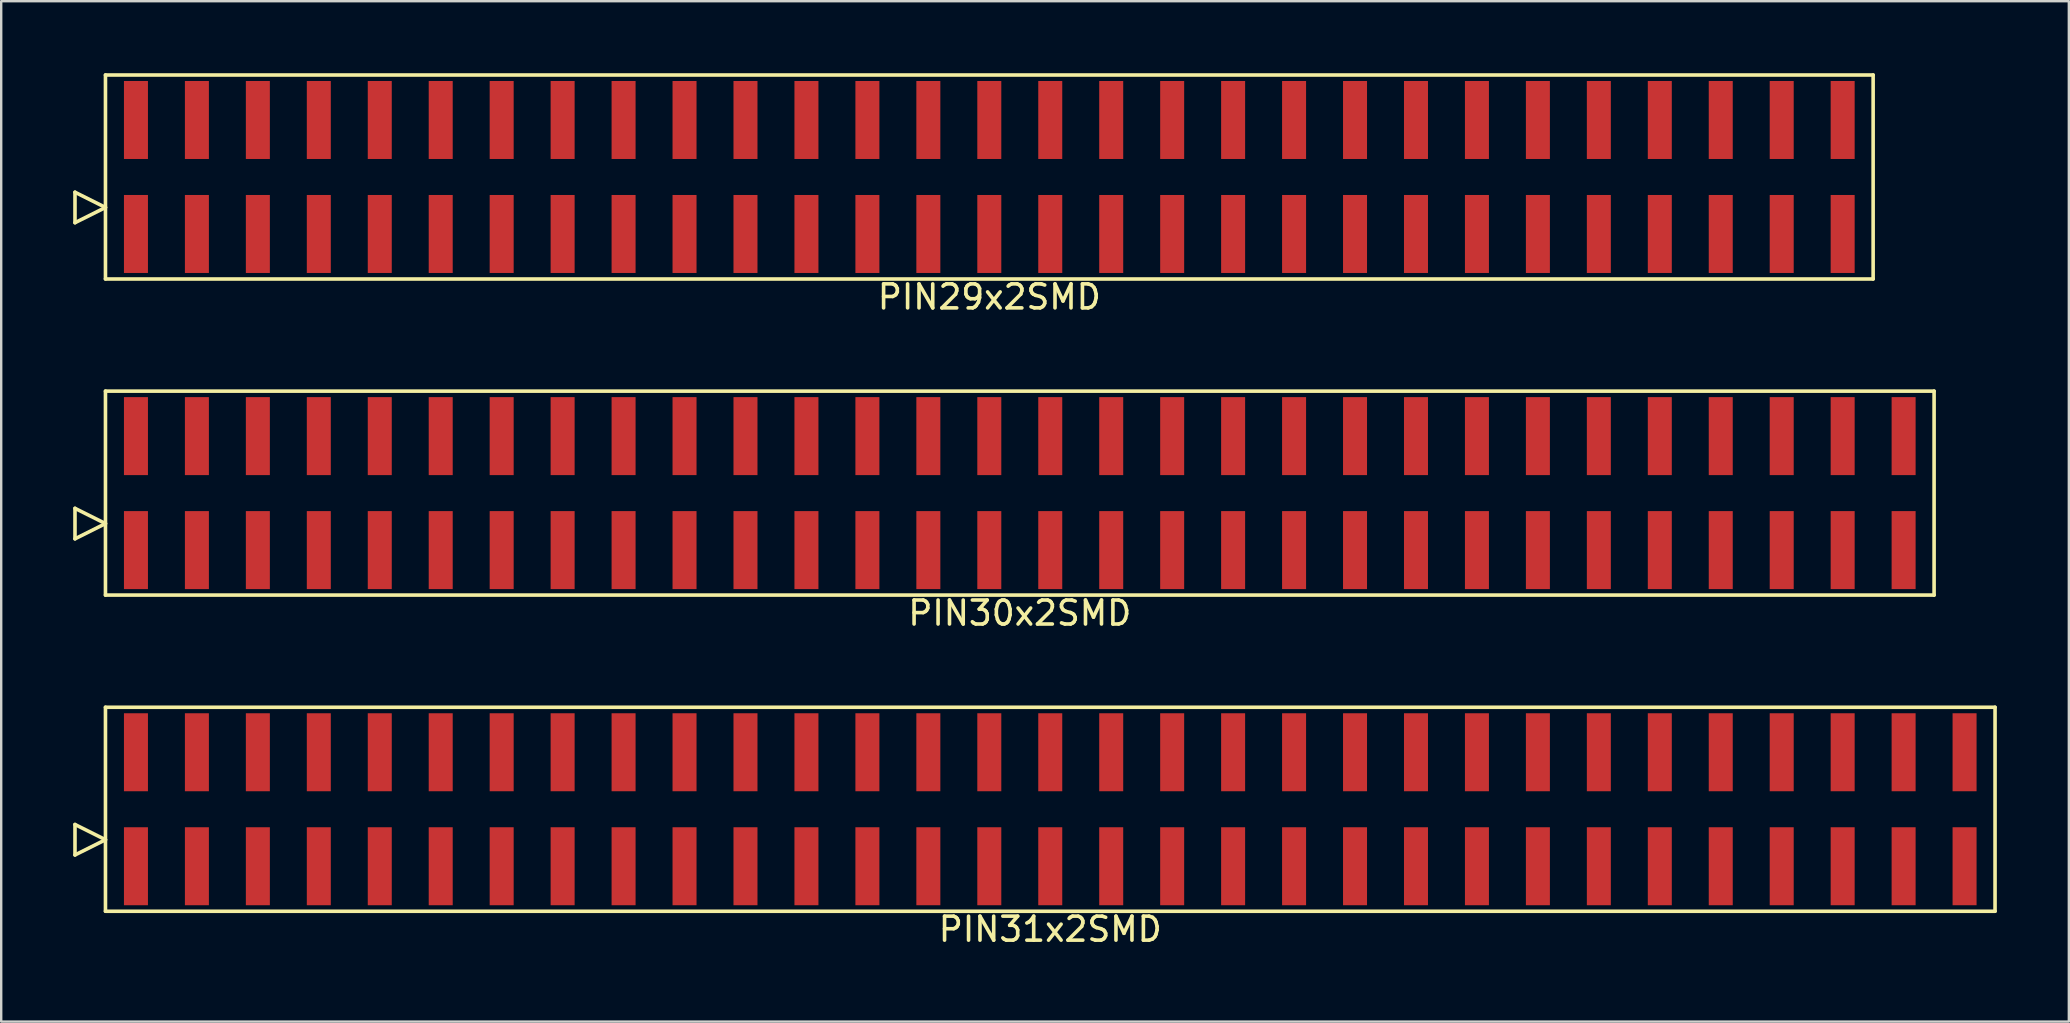
<source format=kicad_pcb>
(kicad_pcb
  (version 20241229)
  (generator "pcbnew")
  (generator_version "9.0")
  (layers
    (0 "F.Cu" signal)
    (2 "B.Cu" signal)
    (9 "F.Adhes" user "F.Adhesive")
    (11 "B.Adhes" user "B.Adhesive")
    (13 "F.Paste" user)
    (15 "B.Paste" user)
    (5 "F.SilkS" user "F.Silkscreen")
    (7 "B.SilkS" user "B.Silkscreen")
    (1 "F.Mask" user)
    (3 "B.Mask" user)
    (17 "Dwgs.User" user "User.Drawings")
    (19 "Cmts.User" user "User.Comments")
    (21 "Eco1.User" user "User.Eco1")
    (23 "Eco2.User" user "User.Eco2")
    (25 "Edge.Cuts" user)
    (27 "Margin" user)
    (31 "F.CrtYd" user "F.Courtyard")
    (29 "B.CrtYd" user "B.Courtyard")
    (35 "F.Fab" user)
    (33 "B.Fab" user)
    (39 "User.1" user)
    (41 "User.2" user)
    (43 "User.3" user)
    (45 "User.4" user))
  (footprint "PIN29x2SMD"
    (layer "F.Cu")
    (at 38.175 4.325)
    (property "Reference" "PIN29x2SMD" (at 0 5 0) (layer "F.SilkS") (effects (font (size 1 1) (thickness 0.15))))
    (attr through_hole)
    (fp_line (start -38.1 1.905) (end -38.1 0.635) (stroke (width 0.15) (type solid)) (layer "F.SilkS"))
    (fp_line (start -36.83 -4.25) (end -36.83 4.25) (stroke (width 0.15) (type solid)) (layer "F.SilkS"))
    (fp_line (start -36.83 1.27) (end -38.1 0.635) (stroke (width 0.15) (type solid)) (layer "F.SilkS"))
    (fp_line (start -36.83 1.27) (end -38.1 1.905) (stroke (width 0.15) (type solid)) (layer "F.SilkS"))
    (fp_line (start -36.83 4.25) (end 36.83 4.25) (stroke (width 0.15) (type solid)) (layer "F.SilkS"))
    (fp_line (start 36.83 -4.25) (end -36.83 -4.25) (stroke (width 0.15) (type solid)) (layer "F.SilkS"))
    (fp_line (start 36.83 4.25) (end 36.83 -4.25) (stroke (width 0.15) (type solid)) (layer "F.SilkS"))
    (pad "1" smd rect (at -35.56 2.375) (size 1 3.25) (layers "F.Cu" "F.Mask" "F.Paste"))
    (pad "2" smd rect (at -35.56 -2.375) (size 1 3.25) (layers "F.Cu" "F.Mask" "F.Paste"))
    (pad "3" smd rect (at -33.02 2.375) (size 1 3.25) (layers "F.Cu" "F.Mask" "F.Paste"))
    (pad "4" smd rect (at -33.02 -2.375) (size 1 3.25) (layers "F.Cu" "F.Mask" "F.Paste"))
    (pad "5" smd rect (at -30.48 2.375) (size 1 3.25) (layers "F.Cu" "F.Mask" "F.Paste"))
    (pad "6" smd rect (at -30.48 -2.375) (size 1 3.25) (layers "F.Cu" "F.Mask" "F.Paste"))
    (pad "7" smd rect (at -27.94 2.375) (size 1 3.25) (layers "F.Cu" "F.Mask" "F.Paste"))
    (pad "8" smd rect (at -27.94 -2.375) (size 1 3.25) (layers "F.Cu" "F.Mask" "F.Paste"))
    (pad "9" smd rect (at -25.4 2.375) (size 1 3.25) (layers "F.Cu" "F.Mask" "F.Paste"))
    (pad "10" smd rect (at -25.4 -2.375) (size 1 3.25) (layers "F.Cu" "F.Mask" "F.Paste"))
    (pad "11" smd rect (at -22.86 2.375) (size 1 3.25) (layers "F.Cu" "F.Mask" "F.Paste"))
    (pad "12" smd rect (at -22.86 -2.375) (size 1 3.25) (layers "F.Cu" "F.Mask" "F.Paste"))
    (pad "13" smd rect (at -20.32 2.375) (size 1 3.25) (layers "F.Cu" "F.Mask" "F.Paste"))
    (pad "14" smd rect (at -20.32 -2.375) (size 1 3.25) (layers "F.Cu" "F.Mask" "F.Paste"))
    (pad "15" smd rect (at -17.78 2.375) (size 1 3.25) (layers "F.Cu" "F.Mask" "F.Paste"))
    (pad "16" smd rect (at -17.78 -2.375) (size 1 3.25) (layers "F.Cu" "F.Mask" "F.Paste"))
    (pad "17" smd rect (at -15.24 2.375) (size 1 3.25) (layers "F.Cu" "F.Mask" "F.Paste"))
    (pad "18" smd rect (at -15.24 -2.375) (size 1 3.25) (layers "F.Cu" "F.Mask" "F.Paste"))
    (pad "19" smd rect (at -12.7 2.375) (size 1 3.25) (layers "F.Cu" "F.Mask" "F.Paste"))
    (pad "20" smd rect (at -12.7 -2.375) (size 1 3.25) (layers "F.Cu" "F.Mask" "F.Paste"))
    (pad "21" smd rect (at -10.16 2.375) (size 1 3.25) (layers "F.Cu" "F.Mask" "F.Paste"))
    (pad "22" smd rect (at -10.16 -2.375) (size 1 3.25) (layers "F.Cu" "F.Mask" "F.Paste"))
    (pad "23" smd rect (at -7.62 2.375) (size 1 3.25) (layers "F.Cu" "F.Mask" "F.Paste"))
    (pad "24" smd rect (at -7.62 -2.375) (size 1 3.25) (layers "F.Cu" "F.Mask" "F.Paste"))
    (pad "25" smd rect (at -5.08 2.375) (size 1 3.25) (layers "F.Cu" "F.Mask" "F.Paste"))
    (pad "26" smd rect (at -5.08 -2.375) (size 1 3.25) (layers "F.Cu" "F.Mask" "F.Paste"))
    (pad "27" smd rect (at -2.54 2.375) (size 1 3.25) (layers "F.Cu" "F.Mask" "F.Paste"))
    (pad "28" smd rect (at -2.54 -2.375) (size 1 3.25) (layers "F.Cu" "F.Mask" "F.Paste"))
    (pad "29" smd rect (at 0 2.375) (size 1 3.25) (layers "F.Cu" "F.Mask" "F.Paste"))
    (pad "30" smd rect (at 0 -2.375) (size 1 3.25) (layers "F.Cu" "F.Mask" "F.Paste"))
    (pad "31" smd rect (at 2.54 2.375) (size 1 3.25) (layers "F.Cu" "F.Mask" "F.Paste"))
    (pad "32" smd rect (at 2.54 -2.375) (size 1 3.25) (layers "F.Cu" "F.Mask" "F.Paste"))
    (pad "33" smd rect (at 5.08 2.375) (size 1 3.25) (layers "F.Cu" "F.Mask" "F.Paste"))
    (pad "34" smd rect (at 5.08 -2.375) (size 1 3.25) (layers "F.Cu" "F.Mask" "F.Paste"))
    (pad "35" smd rect (at 7.62 2.375) (size 1 3.25) (layers "F.Cu" "F.Mask" "F.Paste"))
    (pad "36" smd rect (at 7.62 -2.375) (size 1 3.25) (layers "F.Cu" "F.Mask" "F.Paste"))
    (pad "37" smd rect (at 10.16 2.375) (size 1 3.25) (layers "F.Cu" "F.Mask" "F.Paste"))
    (pad "38" smd rect (at 10.16 -2.375) (size 1 3.25) (layers "F.Cu" "F.Mask" "F.Paste"))
    (pad "39" smd rect (at 12.7 2.375) (size 1 3.25) (layers "F.Cu" "F.Mask" "F.Paste"))
    (pad "40" smd rect (at 12.7 -2.375) (size 1 3.25) (layers "F.Cu" "F.Mask" "F.Paste"))
    (pad "41" smd rect (at 15.24 2.375) (size 1 3.25) (layers "F.Cu" "F.Mask" "F.Paste"))
    (pad "42" smd rect (at 15.24 -2.375) (size 1 3.25) (layers "F.Cu" "F.Mask" "F.Paste"))
    (pad "43" smd rect (at 17.78 2.375) (size 1 3.25) (layers "F.Cu" "F.Mask" "F.Paste"))
    (pad "44" smd rect (at 17.78 -2.375) (size 1 3.25) (layers "F.Cu" "F.Mask" "F.Paste"))
    (pad "45" smd rect (at 20.32 2.375) (size 1 3.25) (layers "F.Cu" "F.Mask" "F.Paste"))
    (pad "46" smd rect (at 20.32 -2.375) (size 1 3.25) (layers "F.Cu" "F.Mask" "F.Paste"))
    (pad "47" smd rect (at 22.86 2.375) (size 1 3.25) (layers "F.Cu" "F.Mask" "F.Paste"))
    (pad "48" smd rect (at 22.86 -2.375) (size 1 3.25) (layers "F.Cu" "F.Mask" "F.Paste"))
    (pad "49" smd rect (at 25.4 2.375) (size 1 3.25) (layers "F.Cu" "F.Mask" "F.Paste"))
    (pad "50" smd rect (at 25.4 -2.375) (size 1 3.25) (layers "F.Cu" "F.Mask" "F.Paste"))
    (pad "51" smd rect (at 27.94 2.375) (size 1 3.25) (layers "F.Cu" "F.Mask" "F.Paste"))
    (pad "52" smd rect (at 27.94 -2.375) (size 1 3.25) (layers "F.Cu" "F.Mask" "F.Paste"))
    (pad "53" smd rect (at 30.48 2.375) (size 1 3.25) (layers "F.Cu" "F.Mask" "F.Paste"))
    (pad "54" smd rect (at 30.48 -2.375) (size 1 3.25) (layers "F.Cu" "F.Mask" "F.Paste"))
    (pad "55" smd rect (at 33.02 2.375) (size 1 3.25) (layers "F.Cu" "F.Mask" "F.Paste"))
    (pad "56" smd rect (at 33.02 -2.375) (size 1 3.25) (layers "F.Cu" "F.Mask" "F.Paste"))
    (pad "57" smd rect (at 35.56 2.375) (size 1 3.25) (layers "F.Cu" "F.Mask" "F.Paste"))
    (pad "58" smd rect (at 35.56 -2.375) (size 1 3.25) (layers "F.Cu" "F.Mask" "F.Paste")))
  (footprint "PIN31x2SMD"
    (layer "F.Cu")
    (at 40.715 30.672)
    (property "Reference" "PIN31x2SMD" (at 0 5 0) (layer "F.SilkS") (effects (font (size 1 1) (thickness 0.15))))
    (attr through_hole)
    (fp_line (start -40.64 1.905) (end -40.64 0.635) (stroke (width 0.15) (type solid)) (layer "F.SilkS"))
    (fp_line (start -39.37 -4.25) (end -39.37 4.25) (stroke (width 0.15) (type solid)) (layer "F.SilkS"))
    (fp_line (start -39.37 1.27) (end -40.64 0.635) (stroke (width 0.15) (type solid)) (layer "F.SilkS"))
    (fp_line (start -39.37 1.27) (end -40.64 1.905) (stroke (width 0.15) (type solid)) (layer "F.SilkS"))
    (fp_line (start -39.37 4.25) (end 39.37 4.25) (stroke (width 0.15) (type solid)) (layer "F.SilkS"))
    (fp_line (start 39.37 -4.25) (end -39.37 -4.25) (stroke (width 0.15) (type solid)) (layer "F.SilkS"))
    (fp_line (start 39.37 4.25) (end 39.37 -4.25) (stroke (width 0.15) (type solid)) (layer "F.SilkS"))
    (pad "1" smd rect (at -38.1 2.375) (size 1 3.25) (layers "F.Cu" "F.Mask" "F.Paste"))
    (pad "2" smd rect (at -38.1 -2.375) (size 1 3.25) (layers "F.Cu" "F.Mask" "F.Paste"))
    (pad "3" smd rect (at -35.56 2.375) (size 1 3.25) (layers "F.Cu" "F.Mask" "F.Paste"))
    (pad "4" smd rect (at -35.56 -2.375) (size 1 3.25) (layers "F.Cu" "F.Mask" "F.Paste"))
    (pad "5" smd rect (at -33.02 2.375) (size 1 3.25) (layers "F.Cu" "F.Mask" "F.Paste"))
    (pad "6" smd rect (at -33.02 -2.375) (size 1 3.25) (layers "F.Cu" "F.Mask" "F.Paste"))
    (pad "7" smd rect (at -30.48 2.375) (size 1 3.25) (layers "F.Cu" "F.Mask" "F.Paste"))
    (pad "8" smd rect (at -30.48 -2.375) (size 1 3.25) (layers "F.Cu" "F.Mask" "F.Paste"))
    (pad "9" smd rect (at -27.94 2.375) (size 1 3.25) (layers "F.Cu" "F.Mask" "F.Paste"))
    (pad "10" smd rect (at -27.94 -2.375) (size 1 3.25) (layers "F.Cu" "F.Mask" "F.Paste"))
    (pad "11" smd rect (at -25.4 2.375) (size 1 3.25) (layers "F.Cu" "F.Mask" "F.Paste"))
    (pad "12" smd rect (at -25.4 -2.375) (size 1 3.25) (layers "F.Cu" "F.Mask" "F.Paste"))
    (pad "13" smd rect (at -22.86 2.375) (size 1 3.25) (layers "F.Cu" "F.Mask" "F.Paste"))
    (pad "14" smd rect (at -22.86 -2.375) (size 1 3.25) (layers "F.Cu" "F.Mask" "F.Paste"))
    (pad "15" smd rect (at -20.32 2.375) (size 1 3.25) (layers "F.Cu" "F.Mask" "F.Paste"))
    (pad "16" smd rect (at -20.32 -2.375) (size 1 3.25) (layers "F.Cu" "F.Mask" "F.Paste"))
    (pad "17" smd rect (at -17.78 2.375) (size 1 3.25) (layers "F.Cu" "F.Mask" "F.Paste"))
    (pad "18" smd rect (at -17.78 -2.375) (size 1 3.25) (layers "F.Cu" "F.Mask" "F.Paste"))
    (pad "19" smd rect (at -15.24 2.375) (size 1 3.25) (layers "F.Cu" "F.Mask" "F.Paste"))
    (pad "20" smd rect (at -15.24 -2.375) (size 1 3.25) (layers "F.Cu" "F.Mask" "F.Paste"))
    (pad "21" smd rect (at -12.7 2.375) (size 1 3.25) (layers "F.Cu" "F.Mask" "F.Paste"))
    (pad "22" smd rect (at -12.7 -2.375) (size 1 3.25) (layers "F.Cu" "F.Mask" "F.Paste"))
    (pad "23" smd rect (at -10.16 2.375) (size 1 3.25) (layers "F.Cu" "F.Mask" "F.Paste"))
    (pad "24" smd rect (at -10.16 -2.375) (size 1 3.25) (layers "F.Cu" "F.Mask" "F.Paste"))
    (pad "25" smd rect (at -7.62 2.375) (size 1 3.25) (layers "F.Cu" "F.Mask" "F.Paste"))
    (pad "26" smd rect (at -7.62 -2.375) (size 1 3.25) (layers "F.Cu" "F.Mask" "F.Paste"))
    (pad "27" smd rect (at -5.08 2.375) (size 1 3.25) (layers "F.Cu" "F.Mask" "F.Paste"))
    (pad "28" smd rect (at -5.08 -2.375) (size 1 3.25) (layers "F.Cu" "F.Mask" "F.Paste"))
    (pad "29" smd rect (at -2.54 2.375) (size 1 3.25) (layers "F.Cu" "F.Mask" "F.Paste"))
    (pad "30" smd rect (at -2.54 -2.375) (size 1 3.25) (layers "F.Cu" "F.Mask" "F.Paste"))
    (pad "31" smd rect (at 0 2.375) (size 1 3.25) (layers "F.Cu" "F.Mask" "F.Paste"))
    (pad "32" smd rect (at 0 -2.375) (size 1 3.25) (layers "F.Cu" "F.Mask" "F.Paste"))
    (pad "33" smd rect (at 2.54 2.375) (size 1 3.25) (layers "F.Cu" "F.Mask" "F.Paste"))
    (pad "34" smd rect (at 2.54 -2.375) (size 1 3.25) (layers "F.Cu" "F.Mask" "F.Paste"))
    (pad "35" smd rect (at 5.08 2.375) (size 1 3.25) (layers "F.Cu" "F.Mask" "F.Paste"))
    (pad "36" smd rect (at 5.08 -2.375) (size 1 3.25) (layers "F.Cu" "F.Mask" "F.Paste"))
    (pad "37" smd rect (at 7.62 2.375) (size 1 3.25) (layers "F.Cu" "F.Mask" "F.Paste"))
    (pad "38" smd rect (at 7.62 -2.375) (size 1 3.25) (layers "F.Cu" "F.Mask" "F.Paste"))
    (pad "39" smd rect (at 10.16 2.375) (size 1 3.25) (layers "F.Cu" "F.Mask" "F.Paste"))
    (pad "40" smd rect (at 10.16 -2.375) (size 1 3.25) (layers "F.Cu" "F.Mask" "F.Paste"))
    (pad "41" smd rect (at 12.7 2.375) (size 1 3.25) (layers "F.Cu" "F.Mask" "F.Paste"))
    (pad "42" smd rect (at 12.7 -2.375) (size 1 3.25) (layers "F.Cu" "F.Mask" "F.Paste"))
    (pad "43" smd rect (at 15.24 2.375) (size 1 3.25) (layers "F.Cu" "F.Mask" "F.Paste"))
    (pad "44" smd rect (at 15.24 -2.375) (size 1 3.25) (layers "F.Cu" "F.Mask" "F.Paste"))
    (pad "45" smd rect (at 17.78 2.375) (size 1 3.25) (layers "F.Cu" "F.Mask" "F.Paste"))
    (pad "46" smd rect (at 17.78 -2.375) (size 1 3.25) (layers "F.Cu" "F.Mask" "F.Paste"))
    (pad "47" smd rect (at 20.32 2.375) (size 1 3.25) (layers "F.Cu" "F.Mask" "F.Paste"))
    (pad "48" smd rect (at 20.32 -2.375) (size 1 3.25) (layers "F.Cu" "F.Mask" "F.Paste"))
    (pad "49" smd rect (at 22.86 2.375) (size 1 3.25) (layers "F.Cu" "F.Mask" "F.Paste"))
    (pad "50" smd rect (at 22.86 -2.375) (size 1 3.25) (layers "F.Cu" "F.Mask" "F.Paste"))
    (pad "51" smd rect (at 25.4 2.375) (size 1 3.25) (layers "F.Cu" "F.Mask" "F.Paste"))
    (pad "52" smd rect (at 25.4 -2.375) (size 1 3.25) (layers "F.Cu" "F.Mask" "F.Paste"))
    (pad "53" smd rect (at 27.94 2.375) (size 1 3.25) (layers "F.Cu" "F.Mask" "F.Paste"))
    (pad "54" smd rect (at 27.94 -2.375) (size 1 3.25) (layers "F.Cu" "F.Mask" "F.Paste"))
    (pad "55" smd rect (at 30.48 2.375) (size 1 3.25) (layers "F.Cu" "F.Mask" "F.Paste"))
    (pad "56" smd rect (at 30.48 -2.375) (size 1 3.25) (layers "F.Cu" "F.Mask" "F.Paste"))
    (pad "57" smd rect (at 33.02 2.375) (size 1 3.25) (layers "F.Cu" "F.Mask" "F.Paste"))
    (pad "58" smd rect (at 33.02 -2.375) (size 1 3.25) (layers "F.Cu" "F.Mask" "F.Paste"))
    (pad "59" smd rect (at 35.56 2.375) (size 1 3.25) (layers "F.Cu" "F.Mask" "F.Paste"))
    (pad "60" smd rect (at 35.56 -2.375) (size 1 3.25) (layers "F.Cu" "F.Mask" "F.Paste"))
    (pad "61" smd rect (at 38.1 2.375) (size 1 3.25) (layers "F.Cu" "F.Mask" "F.Paste"))
    (pad "62" smd rect (at 38.1 -2.375) (size 1 3.25) (layers "F.Cu" "F.Mask" "F.Paste")))
  (footprint "PIN30x2SMD"
    (layer "F.Cu")
    (at 39.445 17.498)
    (property "Reference" "PIN30x2SMD" (at 0 5 0) (layer "F.SilkS") (effects (font (size 1 1) (thickness 0.15))))
    (attr through_hole)
    (fp_line (start -39.37 1.905) (end -39.37 0.635) (stroke (width 0.15) (type solid)) (layer "F.SilkS"))
    (fp_line (start -38.1 -4.25) (end -38.1 4.25) (stroke (width 0.15) (type solid)) (layer "F.SilkS"))
    (fp_line (start -38.1 1.27) (end -39.37 0.635) (stroke (width 0.15) (type solid)) (layer "F.SilkS"))
    (fp_line (start -38.1 1.27) (end -39.37 1.905) (stroke (width 0.15) (type solid)) (layer "F.SilkS"))
    (fp_line (start -38.1 4.25) (end 38.1 4.25) (stroke (width 0.15) (type solid)) (layer "F.SilkS"))
    (fp_line (start 38.1 -4.25) (end -38.1 -4.25) (stroke (width 0.15) (type solid)) (layer "F.SilkS"))
    (fp_line (start 38.1 4.25) (end 38.1 -4.25) (stroke (width 0.15) (type solid)) (layer "F.SilkS"))
    (pad "1" smd rect (at -36.83 2.375) (size 1 3.25) (layers "F.Cu" "F.Mask" "F.Paste"))
    (pad "2" smd rect (at -36.83 -2.375) (size 1 3.25) (layers "F.Cu" "F.Mask" "F.Paste"))
    (pad "3" smd rect (at -34.29 2.375) (size 1 3.25) (layers "F.Cu" "F.Mask" "F.Paste"))
    (pad "4" smd rect (at -34.29 -2.375) (size 1 3.25) (layers "F.Cu" "F.Mask" "F.Paste"))
    (pad "5" smd rect (at -31.75 2.375) (size 1 3.25) (layers "F.Cu" "F.Mask" "F.Paste"))
    (pad "6" smd rect (at -31.75 -2.375) (size 1 3.25) (layers "F.Cu" "F.Mask" "F.Paste"))
    (pad "7" smd rect (at -29.21 2.375) (size 1 3.25) (layers "F.Cu" "F.Mask" "F.Paste"))
    (pad "8" smd rect (at -29.21 -2.375) (size 1 3.25) (layers "F.Cu" "F.Mask" "F.Paste"))
    (pad "9" smd rect (at -26.67 2.375) (size 1 3.25) (layers "F.Cu" "F.Mask" "F.Paste"))
    (pad "10" smd rect (at -26.67 -2.375) (size 1 3.25) (layers "F.Cu" "F.Mask" "F.Paste"))
    (pad "11" smd rect (at -24.13 2.375) (size 1 3.25) (layers "F.Cu" "F.Mask" "F.Paste"))
    (pad "12" smd rect (at -24.13 -2.375) (size 1 3.25) (layers "F.Cu" "F.Mask" "F.Paste"))
    (pad "13" smd rect (at -21.59 2.375) (size 1 3.25) (layers "F.Cu" "F.Mask" "F.Paste"))
    (pad "14" smd rect (at -21.59 -2.375) (size 1 3.25) (layers "F.Cu" "F.Mask" "F.Paste"))
    (pad "15" smd rect (at -19.05 2.375) (size 1 3.25) (layers "F.Cu" "F.Mask" "F.Paste"))
    (pad "16" smd rect (at -19.05 -2.375) (size 1 3.25) (layers "F.Cu" "F.Mask" "F.Paste"))
    (pad "17" smd rect (at -16.51 2.375) (size 1 3.25) (layers "F.Cu" "F.Mask" "F.Paste"))
    (pad "18" smd rect (at -16.51 -2.375) (size 1 3.25) (layers "F.Cu" "F.Mask" "F.Paste"))
    (pad "19" smd rect (at -13.97 2.375) (size 1 3.25) (layers "F.Cu" "F.Mask" "F.Paste"))
    (pad "20" smd rect (at -13.97 -2.375) (size 1 3.25) (layers "F.Cu" "F.Mask" "F.Paste"))
    (pad "21" smd rect (at -11.43 2.375) (size 1 3.25) (layers "F.Cu" "F.Mask" "F.Paste"))
    (pad "22" smd rect (at -11.43 -2.375) (size 1 3.25) (layers "F.Cu" "F.Mask" "F.Paste"))
    (pad "23" smd rect (at -8.89 2.375) (size 1 3.25) (layers "F.Cu" "F.Mask" "F.Paste"))
    (pad "24" smd rect (at -8.89 -2.375) (size 1 3.25) (layers "F.Cu" "F.Mask" "F.Paste"))
    (pad "25" smd rect (at -6.35 2.375) (size 1 3.25) (layers "F.Cu" "F.Mask" "F.Paste"))
    (pad "26" smd rect (at -6.35 -2.375) (size 1 3.25) (layers "F.Cu" "F.Mask" "F.Paste"))
    (pad "27" smd rect (at -3.81 2.375) (size 1 3.25) (layers "F.Cu" "F.Mask" "F.Paste"))
    (pad "28" smd rect (at -3.81 -2.375) (size 1 3.25) (layers "F.Cu" "F.Mask" "F.Paste"))
    (pad "29" smd rect (at -1.27 2.375) (size 1 3.25) (layers "F.Cu" "F.Mask" "F.Paste"))
    (pad "30" smd rect (at -1.27 -2.375) (size 1 3.25) (layers "F.Cu" "F.Mask" "F.Paste"))
    (pad "31" smd rect (at 1.27 2.375) (size 1 3.25) (layers "F.Cu" "F.Mask" "F.Paste"))
    (pad "32" smd rect (at 1.27 -2.375) (size 1 3.25) (layers "F.Cu" "F.Mask" "F.Paste"))
    (pad "33" smd rect (at 3.81 2.375) (size 1 3.25) (layers "F.Cu" "F.Mask" "F.Paste"))
    (pad "34" smd rect (at 3.81 -2.375) (size 1 3.25) (layers "F.Cu" "F.Mask" "F.Paste"))
    (pad "35" smd rect (at 6.35 2.375) (size 1 3.25) (layers "F.Cu" "F.Mask" "F.Paste"))
    (pad "36" smd rect (at 6.35 -2.375) (size 1 3.25) (layers "F.Cu" "F.Mask" "F.Paste"))
    (pad "37" smd rect (at 8.89 2.375) (size 1 3.25) (layers "F.Cu" "F.Mask" "F.Paste"))
    (pad "38" smd rect (at 8.89 -2.375) (size 1 3.25) (layers "F.Cu" "F.Mask" "F.Paste"))
    (pad "39" smd rect (at 11.43 2.375) (size 1 3.25) (layers "F.Cu" "F.Mask" "F.Paste"))
    (pad "40" smd rect (at 11.43 -2.375) (size 1 3.25) (layers "F.Cu" "F.Mask" "F.Paste"))
    (pad "41" smd rect (at 13.97 2.375) (size 1 3.25) (layers "F.Cu" "F.Mask" "F.Paste"))
    (pad "42" smd rect (at 13.97 -2.375) (size 1 3.25) (layers "F.Cu" "F.Mask" "F.Paste"))
    (pad "43" smd rect (at 16.51 2.375) (size 1 3.25) (layers "F.Cu" "F.Mask" "F.Paste"))
    (pad "44" smd rect (at 16.51 -2.375) (size 1 3.25) (layers "F.Cu" "F.Mask" "F.Paste"))
    (pad "45" smd rect (at 19.05 2.375) (size 1 3.25) (layers "F.Cu" "F.Mask" "F.Paste"))
    (pad "46" smd rect (at 19.05 -2.375) (size 1 3.25) (layers "F.Cu" "F.Mask" "F.Paste"))
    (pad "47" smd rect (at 21.59 2.375) (size 1 3.25) (layers "F.Cu" "F.Mask" "F.Paste"))
    (pad "48" smd rect (at 21.59 -2.375) (size 1 3.25) (layers "F.Cu" "F.Mask" "F.Paste"))
    (pad "49" smd rect (at 24.13 2.375) (size 1 3.25) (layers "F.Cu" "F.Mask" "F.Paste"))
    (pad "50" smd rect (at 24.13 -2.375) (size 1 3.25) (layers "F.Cu" "F.Mask" "F.Paste"))
    (pad "51" smd rect (at 26.67 2.375) (size 1 3.25) (layers "F.Cu" "F.Mask" "F.Paste"))
    (pad "52" smd rect (at 26.67 -2.375) (size 1 3.25) (layers "F.Cu" "F.Mask" "F.Paste"))
    (pad "53" smd rect (at 29.21 2.375) (size 1 3.25) (layers "F.Cu" "F.Mask" "F.Paste"))
    (pad "54" smd rect (at 29.21 -2.375) (size 1 3.25) (layers "F.Cu" "F.Mask" "F.Paste"))
    (pad "55" smd rect (at 31.75 2.375) (size 1 3.25) (layers "F.Cu" "F.Mask" "F.Paste"))
    (pad "56" smd rect (at 31.75 -2.375) (size 1 3.25) (layers "F.Cu" "F.Mask" "F.Paste"))
    (pad "57" smd rect (at 34.29 2.375) (size 1 3.25) (layers "F.Cu" "F.Mask" "F.Paste"))
    (pad "58" smd rect (at 34.29 -2.375) (size 1 3.25) (layers "F.Cu" "F.Mask" "F.Paste"))
    (pad "59" smd rect (at 36.83 2.375) (size 1 3.25) (layers "F.Cu" "F.Mask" "F.Paste"))
    (pad "60" smd rect (at 36.83 -2.375) (size 1 3.25) (layers "F.Cu" "F.Mask" "F.Paste")))
  (gr_rect
    (start -3 -3)
    (end 83.16 39.52)
    (stroke (width 0.1) (type default))
    (fill no)
    (layer "Edge.Cuts")))
</source>
